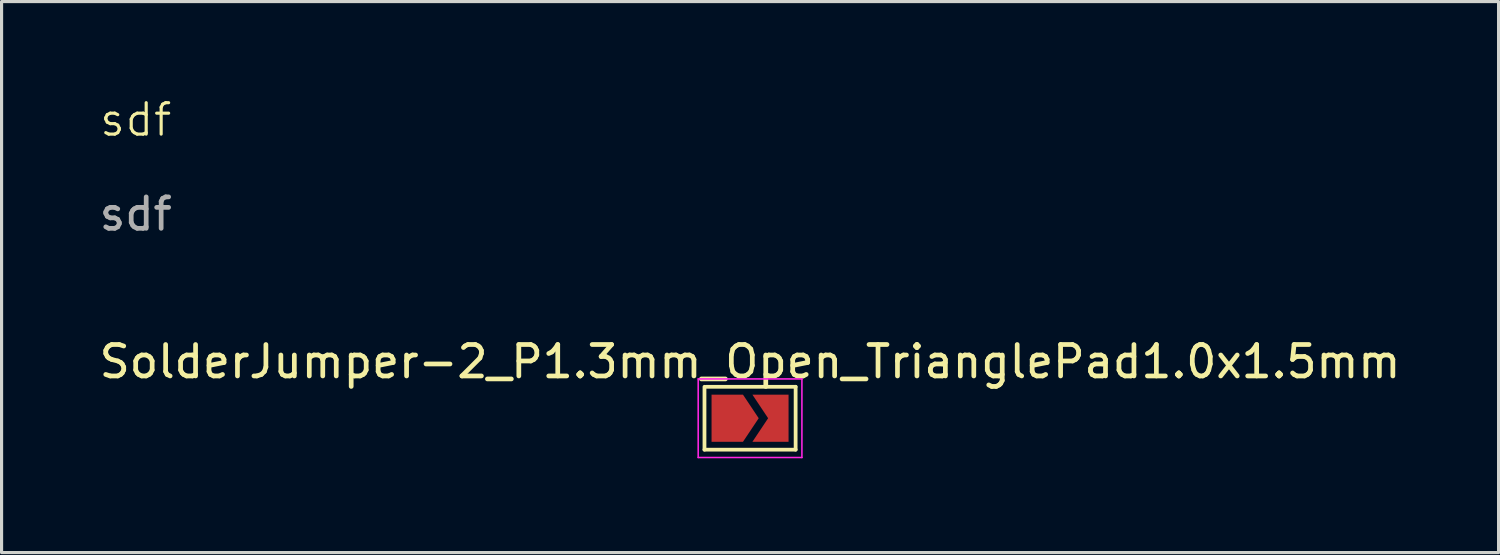
<source format=kicad_pcb>
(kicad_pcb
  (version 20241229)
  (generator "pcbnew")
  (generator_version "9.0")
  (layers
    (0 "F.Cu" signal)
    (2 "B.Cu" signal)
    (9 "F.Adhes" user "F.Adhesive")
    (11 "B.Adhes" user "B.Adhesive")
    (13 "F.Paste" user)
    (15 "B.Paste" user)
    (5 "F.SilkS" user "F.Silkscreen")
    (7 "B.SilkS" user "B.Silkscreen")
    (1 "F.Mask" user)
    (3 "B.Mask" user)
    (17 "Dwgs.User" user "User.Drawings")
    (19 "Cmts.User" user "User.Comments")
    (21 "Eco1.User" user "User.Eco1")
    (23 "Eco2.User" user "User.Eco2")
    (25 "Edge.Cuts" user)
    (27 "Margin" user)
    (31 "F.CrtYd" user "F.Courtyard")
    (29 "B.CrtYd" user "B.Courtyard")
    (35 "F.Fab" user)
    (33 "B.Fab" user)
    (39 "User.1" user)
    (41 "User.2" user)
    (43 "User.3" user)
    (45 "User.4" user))
  (footprint "sdf"
    (layer "F.Cu")
    (at 1.268 1.26)
    (property "Reference" "sdf" (at 0 -0.5 0) (unlocked yes) (layer "F.SilkS") (effects (font (size 1 1) (thickness 0.1))))
    (attr smd)
    (fp_text user "${REFERENCE}" (at 0 2.5 0) (unlocked yes) (layer "F.Fab") (effects (font (size 1 1) (thickness 0.15)))))
  (footprint "SolderJumper-2_P1.3mm_Open_TrianglePad1.0x1.5mm"
    (layer "F.Cu")
    (at 20.815 10.257)
    (property "Reference" "SolderJumper-2_P1.3mm_Open_TrianglePad1.0x1.5mm" (at 0 -1.8 0) (layer "F.SilkS") (effects (font (size 1 1) (thickness 0.15))))
    (attr exclude_from_pos_files exclude_from_bom)
    (fp_line (start -1.45 1) (end -1.45 -1) (stroke (width 0.12) (type solid)) (layer "F.SilkS"))
    (fp_line (start -1.4 -1) (end 1.45 -1) (stroke (width 0.12) (type solid)) (layer "F.SilkS"))
    (fp_line (start 1.45 -1) (end 1.45 1) (stroke (width 0.12) (type solid)) (layer "F.SilkS"))
    (fp_line (start 1.45 1) (end -1.45 1) (stroke (width 0.12) (type solid)) (layer "F.SilkS"))
    (fp_line (start -1.65 -1.25) (end -1.65 1.25) (stroke (width 0.05) (type solid)) (layer "F.CrtYd"))
    (fp_line (start -1.65 -1.25) (end 1.65 -1.25) (stroke (width 0.05) (type solid)) (layer "F.CrtYd"))
    (fp_line (start 1.65 1.25) (end -1.65 1.25) (stroke (width 0.05) (type solid)) (layer "F.CrtYd"))
    (fp_line (start 1.65 1.25) (end 1.65 -1.25) (stroke (width 0.05) (type solid)) (layer "F.CrtYd"))
    (pad "1" smd custom (at -0.725 0) (size 0.3 0.3) (layers "F.Cu" "F.Mask") (options (anchor rect)) (primitives (gr_poly (pts (xy 1 0) (xy 0.5 0.75) (xy -0.5 0.75) (xy -0.5 -0.75) (xy 0.5 -0.75)) (width 0) (fill yes))))
    (pad "2" smd custom (at 0.725 0) (size 0.3 0.3) (layers "F.Cu" "F.Mask") (options (anchor rect)) (primitives (gr_poly (pts (xy 0.5 0.75) (xy -0.65 0.75) (xy -0.15 0) (xy -0.65 -0.75) (xy 0.5 -0.75)) (width 0) (fill yes)))))
  (gr_rect
    (start -3 -3)
    (end 44.631 14.532)
    (stroke (width 0.1) (type default))
    (fill no)
    (layer "Edge.Cuts")))
</source>
